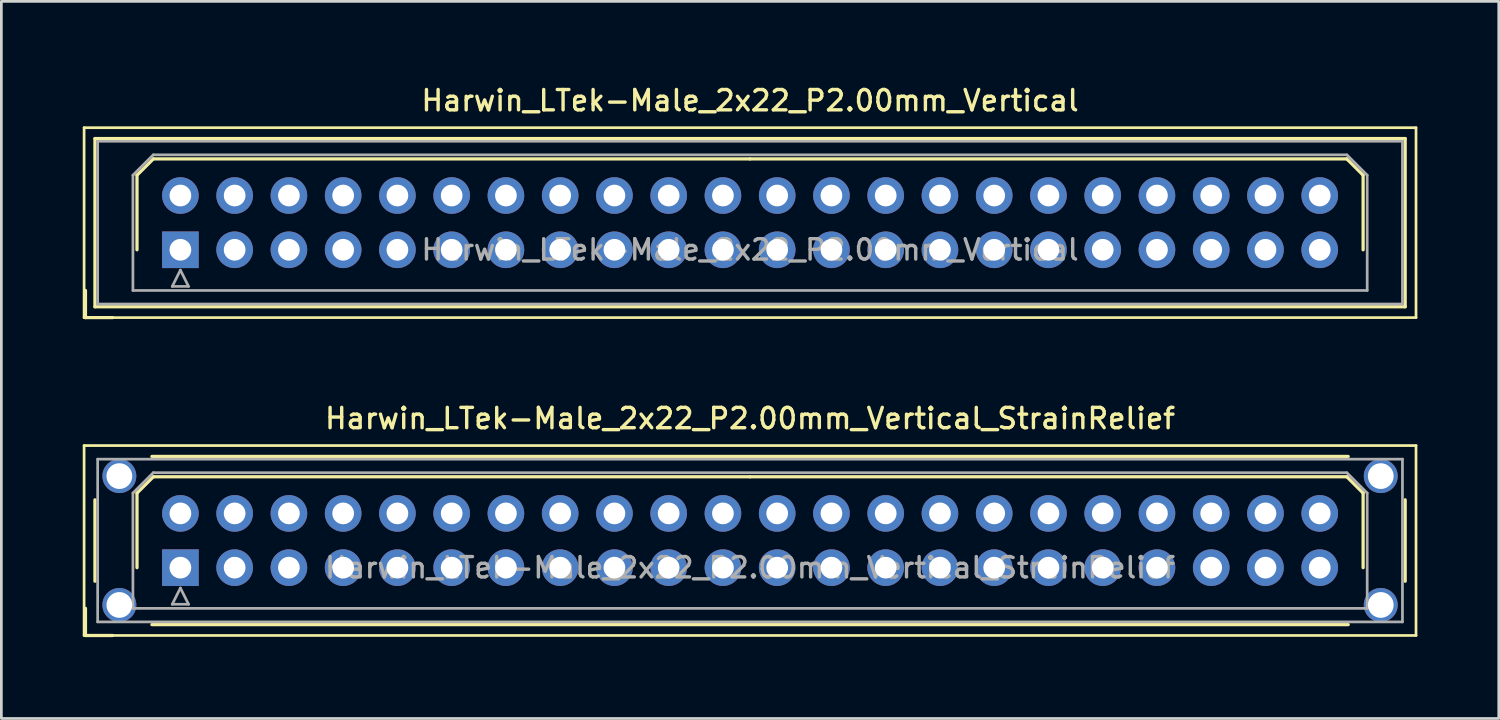
<source format=kicad_pcb>
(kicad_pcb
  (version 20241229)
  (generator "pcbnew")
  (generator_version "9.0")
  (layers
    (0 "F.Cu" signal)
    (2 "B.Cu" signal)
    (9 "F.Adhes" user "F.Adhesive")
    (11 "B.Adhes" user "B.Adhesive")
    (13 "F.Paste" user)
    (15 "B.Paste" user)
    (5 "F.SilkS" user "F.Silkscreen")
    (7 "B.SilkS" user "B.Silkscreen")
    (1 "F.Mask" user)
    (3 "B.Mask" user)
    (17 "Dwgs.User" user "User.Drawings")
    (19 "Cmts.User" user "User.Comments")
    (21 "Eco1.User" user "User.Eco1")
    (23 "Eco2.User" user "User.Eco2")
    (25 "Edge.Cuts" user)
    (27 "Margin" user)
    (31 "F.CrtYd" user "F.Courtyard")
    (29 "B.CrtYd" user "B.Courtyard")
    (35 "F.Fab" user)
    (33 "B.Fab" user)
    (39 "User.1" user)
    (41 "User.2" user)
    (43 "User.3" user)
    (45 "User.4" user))
  (footprint "Harwin_LTek-Male_2x22_P2.00mm_Vertical"
    (layer "F.Cu")
    (at 3.6 6.158)
    (property "Reference" "Harwin_LTek-Male_2x22_P2.00mm_Vertical" (at 21 -5.5 0) (layer "F.SilkS") (effects (font (size 0.75 0.75) (thickness 0.125))))
    (attr through_hole)
    (fp_line (start -3.55 -4.5) (end -3.55 2.5) (stroke (width 0.1) (type solid)) (layer "F.SilkS"))
    (fp_line (start -3.55 2.5) (end 45.55 2.5) (stroke (width 0.1) (type solid)) (layer "F.SilkS"))
    (fp_line (start -3.5 1.5) (end -3.5 2.5) (stroke (width 0.12) (type solid)) (layer "F.SilkS"))
    (fp_line (start -3.5 2.5) (end -2.5 2.5) (stroke (width 0.12) (type solid)) (layer "F.SilkS"))
    (fp_line (start -3.15 -4.1) (end -3.15 2.1) (stroke (width 0.12) (type solid)) (layer "F.SilkS"))
    (fp_line (start -3.15 2.1) (end 45.15 2.1) (stroke (width 0.12) (type solid)) (layer "F.SilkS"))
    (fp_line (start -1.6 -2.75) (end -1 -3.35) (stroke (width 0.12) (type solid)) (layer "F.SilkS"))
    (fp_line (start -1.6 0) (end -1.6 -2.75) (stroke (width 0.12) (type solid)) (layer "F.SilkS"))
    (fp_line (start -1 -3.35) (end 21 -3.35) (stroke (width 0.12) (type solid)) (layer "F.SilkS"))
    (fp_line (start 43 -3.35) (end 21 -3.35) (stroke (width 0.12) (type solid)) (layer "F.SilkS"))
    (fp_line (start 43.6 -2.75) (end 43 -3.35) (stroke (width 0.12) (type solid)) (layer "F.SilkS"))
    (fp_line (start 43.6 0) (end 43.6 -2.75) (stroke (width 0.12) (type solid)) (layer "F.SilkS"))
    (fp_line (start 45.15 -4.1) (end -3.15 -4.1) (stroke (width 0.12) (type solid)) (layer "F.SilkS"))
    (fp_line (start 45.15 2.1) (end 45.15 -4.1) (stroke (width 0.12) (type solid)) (layer "F.SilkS"))
    (fp_line (start 45.55 -4.5) (end -3.55 -4.5) (stroke (width 0.1) (type solid)) (layer "F.SilkS"))
    (fp_line (start 45.55 2.5) (end 45.55 -4.5) (stroke (width 0.1) (type solid)) (layer "F.SilkS"))
    (fp_line (start -3.05 -4) (end -3.05 2) (stroke (width 0.1) (type solid)) (layer "F.Fab"))
    (fp_line (start -3.05 2) (end 45.05 2) (stroke (width 0.1) (type solid)) (layer "F.Fab"))
    (fp_line (start -1.75 -2.75) (end -1 -3.5) (stroke (width 0.1) (type solid)) (layer "F.Fab"))
    (fp_line (start -1.75 1.5) (end -1.75 -2.75) (stroke (width 0.1) (type solid)) (layer "F.Fab"))
    (fp_line (start -1 -3.5) (end 43 -3.5) (stroke (width 0.1) (type solid)) (layer "F.Fab"))
    (fp_line (start -0.3 1.35) (end 0.3 1.35) (stroke (width 0.1) (type solid)) (layer "F.Fab"))
    (fp_line (start 0 0.75) (end -0.3 1.35) (stroke (width 0.1) (type solid)) (layer "F.Fab"))
    (fp_line (start 0.3 1.35) (end 0 0.75) (stroke (width 0.1) (type solid)) (layer "F.Fab"))
    (fp_line (start 43 -3.5) (end 43.75 -2.75) (stroke (width 0.1) (type solid)) (layer "F.Fab"))
    (fp_line (start 43.75 -2.75) (end 43.75 1.5) (stroke (width 0.1) (type solid)) (layer "F.Fab"))
    (fp_line (start 43.75 1.5) (end -1.75 1.5) (stroke (width 0.1) (type solid)) (layer "F.Fab"))
    (fp_line (start 45.05 -4) (end -3.05 -4) (stroke (width 0.1) (type solid)) (layer "F.Fab"))
    (fp_line (start 45.05 2) (end 45.05 -4) (stroke (width 0.1) (type solid)) (layer "F.Fab"))
    (fp_text user "${REFERENCE}" (at 21 0 0) (layer "F.Fab") (effects (font (size 0.75 0.75) (thickness 0.125))))
    (pad "1" thru_hole rect (at 0 0) (size 1.35 1.35) (drill 0.8) (layers "*.Cu" "*.Mask"))
    (pad "2" thru_hole circle (at 0 -2) (size 1.35 1.35) (drill 0.8) (layers "*.Cu" "*.Mask"))
    (pad "3" thru_hole circle (at 2 0) (size 1.35 1.35) (drill 0.8) (layers "*.Cu" "*.Mask"))
    (pad "4" thru_hole circle (at 2 -2) (size 1.35 1.35) (drill 0.8) (layers "*.Cu" "*.Mask"))
    (pad "5" thru_hole circle (at 4 0) (size 1.35 1.35) (drill 0.8) (layers "*.Cu" "*.Mask"))
    (pad "6" thru_hole circle (at 4 -2) (size 1.35 1.35) (drill 0.8) (layers "*.Cu" "*.Mask"))
    (pad "7" thru_hole circle (at 6 0) (size 1.35 1.35) (drill 0.8) (layers "*.Cu" "*.Mask"))
    (pad "8" thru_hole circle (at 6 -2) (size 1.35 1.35) (drill 0.8) (layers "*.Cu" "*.Mask"))
    (pad "9" thru_hole circle (at 8 0) (size 1.35 1.35) (drill 0.8) (layers "*.Cu" "*.Mask"))
    (pad "10" thru_hole circle (at 8 -2) (size 1.35 1.35) (drill 0.8) (layers "*.Cu" "*.Mask"))
    (pad "11" thru_hole circle (at 10 0) (size 1.35 1.35) (drill 0.8) (layers "*.Cu" "*.Mask"))
    (pad "12" thru_hole circle (at 10 -2) (size 1.35 1.35) (drill 0.8) (layers "*.Cu" "*.Mask"))
    (pad "13" thru_hole circle (at 12 0) (size 1.35 1.35) (drill 0.8) (layers "*.Cu" "*.Mask"))
    (pad "14" thru_hole circle (at 12 -2) (size 1.35 1.35) (drill 0.8) (layers "*.Cu" "*.Mask"))
    (pad "15" thru_hole circle (at 14 0) (size 1.35 1.35) (drill 0.8) (layers "*.Cu" "*.Mask"))
    (pad "16" thru_hole circle (at 14 -2) (size 1.35 1.35) (drill 0.8) (layers "*.Cu" "*.Mask"))
    (pad "17" thru_hole circle (at 16 0) (size 1.35 1.35) (drill 0.8) (layers "*.Cu" "*.Mask"))
    (pad "18" thru_hole circle (at 16 -2) (size 1.35 1.35) (drill 0.8) (layers "*.Cu" "*.Mask"))
    (pad "19" thru_hole circle (at 18 0) (size 1.35 1.35) (drill 0.8) (layers "*.Cu" "*.Mask"))
    (pad "20" thru_hole circle (at 18 -2) (size 1.35 1.35) (drill 0.8) (layers "*.Cu" "*.Mask"))
    (pad "21" thru_hole circle (at 20 0) (size 1.35 1.35) (drill 0.8) (layers "*.Cu" "*.Mask"))
    (pad "22" thru_hole circle (at 20 -2) (size 1.35 1.35) (drill 0.8) (layers "*.Cu" "*.Mask"))
    (pad "23" thru_hole circle (at 22 0) (size 1.35 1.35) (drill 0.8) (layers "*.Cu" "*.Mask"))
    (pad "24" thru_hole circle (at 22 -2) (size 1.35 1.35) (drill 0.8) (layers "*.Cu" "*.Mask"))
    (pad "25" thru_hole circle (at 24 0) (size 1.35 1.35) (drill 0.8) (layers "*.Cu" "*.Mask"))
    (pad "26" thru_hole circle (at 24 -2) (size 1.35 1.35) (drill 0.8) (layers "*.Cu" "*.Mask"))
    (pad "27" thru_hole circle (at 26 0) (size 1.35 1.35) (drill 0.8) (layers "*.Cu" "*.Mask"))
    (pad "28" thru_hole circle (at 26 -2) (size 1.35 1.35) (drill 0.8) (layers "*.Cu" "*.Mask"))
    (pad "29" thru_hole circle (at 28 0) (size 1.35 1.35) (drill 0.8) (layers "*.Cu" "*.Mask"))
    (pad "30" thru_hole circle (at 28 -2) (size 1.35 1.35) (drill 0.8) (layers "*.Cu" "*.Mask"))
    (pad "31" thru_hole circle (at 30 0) (size 1.35 1.35) (drill 0.8) (layers "*.Cu" "*.Mask"))
    (pad "32" thru_hole circle (at 30 -2) (size 1.35 1.35) (drill 0.8) (layers "*.Cu" "*.Mask"))
    (pad "33" thru_hole circle (at 32 0) (size 1.35 1.35) (drill 0.8) (layers "*.Cu" "*.Mask"))
    (pad "34" thru_hole circle (at 32 -2) (size 1.35 1.35) (drill 0.8) (layers "*.Cu" "*.Mask"))
    (pad "35" thru_hole circle (at 34 0) (size 1.35 1.35) (drill 0.8) (layers "*.Cu" "*.Mask"))
    (pad "36" thru_hole circle (at 34 -2) (size 1.35 1.35) (drill 0.8) (layers "*.Cu" "*.Mask"))
    (pad "37" thru_hole circle (at 36 0) (size 1.35 1.35) (drill 0.8) (layers "*.Cu" "*.Mask"))
    (pad "38" thru_hole circle (at 36 -2) (size 1.35 1.35) (drill 0.8) (layers "*.Cu" "*.Mask"))
    (pad "39" thru_hole circle (at 38 0) (size 1.35 1.35) (drill 0.8) (layers "*.Cu" "*.Mask"))
    (pad "40" thru_hole circle (at 38 -2) (size 1.35 1.35) (drill 0.8) (layers "*.Cu" "*.Mask"))
    (pad "41" thru_hole circle (at 40 0) (size 1.35 1.35) (drill 0.8) (layers "*.Cu" "*.Mask"))
    (pad "42" thru_hole circle (at 40 -2) (size 1.35 1.35) (drill 0.8) (layers "*.Cu" "*.Mask"))
    (pad "43" thru_hole circle (at 42 0) (size 1.35 1.35) (drill 0.8) (layers "*.Cu" "*.Mask"))
    (pad "44" thru_hole circle (at 42 -2) (size 1.35 1.35) (drill 0.8) (layers "*.Cu" "*.Mask")))
  (footprint "Harwin_LTek-Male_2x22_P2.00mm_Vertical_StrainRelief"
    (layer "F.Cu")
    (at 3.6 17.876)
    (property "Reference" "Harwin_LTek-Male_2x22_P2.00mm_Vertical_StrainRelief" (at 21 -5.5 0) (layer "F.SilkS") (effects (font (size 0.75 0.75) (thickness 0.125))))
    (attr through_hole)
    (fp_line (start -3.55 -4.5) (end -3.55 2.5) (stroke (width 0.1) (type solid)) (layer "F.SilkS"))
    (fp_line (start -3.55 2.5) (end 45.55 2.5) (stroke (width 0.1) (type solid)) (layer "F.SilkS"))
    (fp_line (start -3.5 1.5) (end -3.5 2.5) (stroke (width 0.12) (type solid)) (layer "F.SilkS"))
    (fp_line (start -3.5 2.5) (end -2.5 2.5) (stroke (width 0.12) (type solid)) (layer "F.SilkS"))
    (fp_line (start -3.15 -2.5) (end -3.15 0.5) (stroke (width 0.12) (type solid)) (layer "F.SilkS"))
    (fp_line (start -1.6 -2.75) (end -1 -3.35) (stroke (width 0.12) (type solid)) (layer "F.SilkS"))
    (fp_line (start -1.6 0) (end -1.6 -2.75) (stroke (width 0.12) (type solid)) (layer "F.SilkS"))
    (fp_line (start -1.05 -4.1) (end 43.05 -4.1) (stroke (width 0.12) (type solid)) (layer "F.SilkS"))
    (fp_line (start -1.05 2.1) (end 43.05 2.1) (stroke (width 0.12) (type solid)) (layer "F.SilkS"))
    (fp_line (start -1 -3.35) (end 21 -3.35) (stroke (width 0.12) (type solid)) (layer "F.SilkS"))
    (fp_line (start 43 -3.35) (end 21 -3.35) (stroke (width 0.12) (type solid)) (layer "F.SilkS"))
    (fp_line (start 43.6 -2.75) (end 43 -3.35) (stroke (width 0.12) (type solid)) (layer "F.SilkS"))
    (fp_line (start 43.6 0) (end 43.6 -2.75) (stroke (width 0.12) (type solid)) (layer "F.SilkS"))
    (fp_line (start 45.15 -2.5) (end 45.15 0.5) (stroke (width 0.12) (type solid)) (layer "F.SilkS"))
    (fp_line (start 45.55 -4.5) (end -3.55 -4.5) (stroke (width 0.1) (type solid)) (layer "F.SilkS"))
    (fp_line (start 45.55 2.5) (end 45.55 -4.5) (stroke (width 0.1) (type solid)) (layer "F.SilkS"))
    (fp_line (start -3.05 -4) (end -3.05 2) (stroke (width 0.1) (type solid)) (layer "F.Fab"))
    (fp_line (start -3.05 2) (end 45.05 2) (stroke (width 0.1) (type solid)) (layer "F.Fab"))
    (fp_line (start -1.75 -2.75) (end -1 -3.5) (stroke (width 0.1) (type solid)) (layer "F.Fab"))
    (fp_line (start -1.75 1.5) (end -1.75 -2.75) (stroke (width 0.1) (type solid)) (layer "F.Fab"))
    (fp_line (start -1 -3.5) (end 43 -3.5) (stroke (width 0.1) (type solid)) (layer "F.Fab"))
    (fp_line (start -0.3 1.35) (end 0.3 1.35) (stroke (width 0.1) (type solid)) (layer "F.Fab"))
    (fp_line (start 0 0.75) (end -0.3 1.35) (stroke (width 0.1) (type solid)) (layer "F.Fab"))
    (fp_line (start 0.3 1.35) (end 0 0.75) (stroke (width 0.1) (type solid)) (layer "F.Fab"))
    (fp_line (start 43 -3.5) (end 43.75 -2.75) (stroke (width 0.1) (type solid)) (layer "F.Fab"))
    (fp_line (start 43.75 -2.75) (end 43.75 1.5) (stroke (width 0.1) (type solid)) (layer "F.Fab"))
    (fp_line (start 43.75 1.5) (end -1.75 1.5) (stroke (width 0.1) (type solid)) (layer "F.Fab"))
    (fp_line (start 45.05 -4) (end -3.05 -4) (stroke (width 0.1) (type solid)) (layer "F.Fab"))
    (fp_line (start 45.05 2) (end 45.05 -4) (stroke (width 0.1) (type solid)) (layer "F.Fab"))
    (fp_text user "${REFERENCE}" (at 21 0 0) (layer "F.Fab") (effects (font (size 0.75 0.75) (thickness 0.125))))
    (pad "" thru_hole circle (at -2.25 -3.375) (size 1.25 1.25) (drill 0.95) (layers "*.Cu" "*.Mask"))
    (pad "" thru_hole circle (at -2.25 1.375) (size 1.25 1.25) (drill 0.95) (layers "*.Cu" "*.Mask"))
    (pad "" thru_hole circle (at 44.25 -3.375) (size 1.25 1.25) (drill 0.95) (layers "*.Cu" "*.Mask"))
    (pad "" thru_hole circle (at 44.25 1.375) (size 1.25 1.25) (drill 0.95) (layers "*.Cu" "*.Mask"))
    (pad "1" thru_hole rect (at 0 0) (size 1.35 1.35) (drill 0.8) (layers "*.Cu" "*.Mask"))
    (pad "2" thru_hole circle (at 0 -2) (size 1.35 1.35) (drill 0.8) (layers "*.Cu" "*.Mask"))
    (pad "3" thru_hole circle (at 2 0) (size 1.35 1.35) (drill 0.8) (layers "*.Cu" "*.Mask"))
    (pad "4" thru_hole circle (at 2 -2) (size 1.35 1.35) (drill 0.8) (layers "*.Cu" "*.Mask"))
    (pad "5" thru_hole circle (at 4 0) (size 1.35 1.35) (drill 0.8) (layers "*.Cu" "*.Mask"))
    (pad "6" thru_hole circle (at 4 -2) (size 1.35 1.35) (drill 0.8) (layers "*.Cu" "*.Mask"))
    (pad "7" thru_hole circle (at 6 0) (size 1.35 1.35) (drill 0.8) (layers "*.Cu" "*.Mask"))
    (pad "8" thru_hole circle (at 6 -2) (size 1.35 1.35) (drill 0.8) (layers "*.Cu" "*.Mask"))
    (pad "9" thru_hole circle (at 8 0) (size 1.35 1.35) (drill 0.8) (layers "*.Cu" "*.Mask"))
    (pad "10" thru_hole circle (at 8 -2) (size 1.35 1.35) (drill 0.8) (layers "*.Cu" "*.Mask"))
    (pad "11" thru_hole circle (at 10 0) (size 1.35 1.35) (drill 0.8) (layers "*.Cu" "*.Mask"))
    (pad "12" thru_hole circle (at 10 -2) (size 1.35 1.35) (drill 0.8) (layers "*.Cu" "*.Mask"))
    (pad "13" thru_hole circle (at 12 0) (size 1.35 1.35) (drill 0.8) (layers "*.Cu" "*.Mask"))
    (pad "14" thru_hole circle (at 12 -2) (size 1.35 1.35) (drill 0.8) (layers "*.Cu" "*.Mask"))
    (pad "15" thru_hole circle (at 14 0) (size 1.35 1.35) (drill 0.8) (layers "*.Cu" "*.Mask"))
    (pad "16" thru_hole circle (at 14 -2) (size 1.35 1.35) (drill 0.8) (layers "*.Cu" "*.Mask"))
    (pad "17" thru_hole circle (at 16 0) (size 1.35 1.35) (drill 0.8) (layers "*.Cu" "*.Mask"))
    (pad "18" thru_hole circle (at 16 -2) (size 1.35 1.35) (drill 0.8) (layers "*.Cu" "*.Mask"))
    (pad "19" thru_hole circle (at 18 0) (size 1.35 1.35) (drill 0.8) (layers "*.Cu" "*.Mask"))
    (pad "20" thru_hole circle (at 18 -2) (size 1.35 1.35) (drill 0.8) (layers "*.Cu" "*.Mask"))
    (pad "21" thru_hole circle (at 20 0) (size 1.35 1.35) (drill 0.8) (layers "*.Cu" "*.Mask"))
    (pad "22" thru_hole circle (at 20 -2) (size 1.35 1.35) (drill 0.8) (layers "*.Cu" "*.Mask"))
    (pad "23" thru_hole circle (at 22 0) (size 1.35 1.35) (drill 0.8) (layers "*.Cu" "*.Mask"))
    (pad "24" thru_hole circle (at 22 -2) (size 1.35 1.35) (drill 0.8) (layers "*.Cu" "*.Mask"))
    (pad "25" thru_hole circle (at 24 0) (size 1.35 1.35) (drill 0.8) (layers "*.Cu" "*.Mask"))
    (pad "26" thru_hole circle (at 24 -2) (size 1.35 1.35) (drill 0.8) (layers "*.Cu" "*.Mask"))
    (pad "27" thru_hole circle (at 26 0) (size 1.35 1.35) (drill 0.8) (layers "*.Cu" "*.Mask"))
    (pad "28" thru_hole circle (at 26 -2) (size 1.35 1.35) (drill 0.8) (layers "*.Cu" "*.Mask"))
    (pad "29" thru_hole circle (at 28 0) (size 1.35 1.35) (drill 0.8) (layers "*.Cu" "*.Mask"))
    (pad "30" thru_hole circle (at 28 -2) (size 1.35 1.35) (drill 0.8) (layers "*.Cu" "*.Mask"))
    (pad "31" thru_hole circle (at 30 0) (size 1.35 1.35) (drill 0.8) (layers "*.Cu" "*.Mask"))
    (pad "32" thru_hole circle (at 30 -2) (size 1.35 1.35) (drill 0.8) (layers "*.Cu" "*.Mask"))
    (pad "33" thru_hole circle (at 32 0) (size 1.35 1.35) (drill 0.8) (layers "*.Cu" "*.Mask"))
    (pad "34" thru_hole circle (at 32 -2) (size 1.35 1.35) (drill 0.8) (layers "*.Cu" "*.Mask"))
    (pad "35" thru_hole circle (at 34 0) (size 1.35 1.35) (drill 0.8) (layers "*.Cu" "*.Mask"))
    (pad "36" thru_hole circle (at 34 -2) (size 1.35 1.35) (drill 0.8) (layers "*.Cu" "*.Mask"))
    (pad "37" thru_hole circle (at 36 0) (size 1.35 1.35) (drill 0.8) (layers "*.Cu" "*.Mask"))
    (pad "38" thru_hole circle (at 36 -2) (size 1.35 1.35) (drill 0.8) (layers "*.Cu" "*.Mask"))
    (pad "39" thru_hole circle (at 38 0) (size 1.35 1.35) (drill 0.8) (layers "*.Cu" "*.Mask"))
    (pad "40" thru_hole circle (at 38 -2) (size 1.35 1.35) (drill 0.8) (layers "*.Cu" "*.Mask"))
    (pad "41" thru_hole circle (at 40 0) (size 1.35 1.35) (drill 0.8) (layers "*.Cu" "*.Mask"))
    (pad "42" thru_hole circle (at 40 -2) (size 1.35 1.35) (drill 0.8) (layers "*.Cu" "*.Mask"))
    (pad "43" thru_hole circle (at 42 0) (size 1.35 1.35) (drill 0.8) (layers "*.Cu" "*.Mask"))
    (pad "44" thru_hole circle (at 42 -2) (size 1.35 1.35) (drill 0.8) (layers "*.Cu" "*.Mask")))
  (gr_rect
    (start -3 -3)
    (end 52.2 23.436)
    (stroke (width 0.1) (type default))
    (fill no)
    (layer "Edge.Cuts")))
</source>
